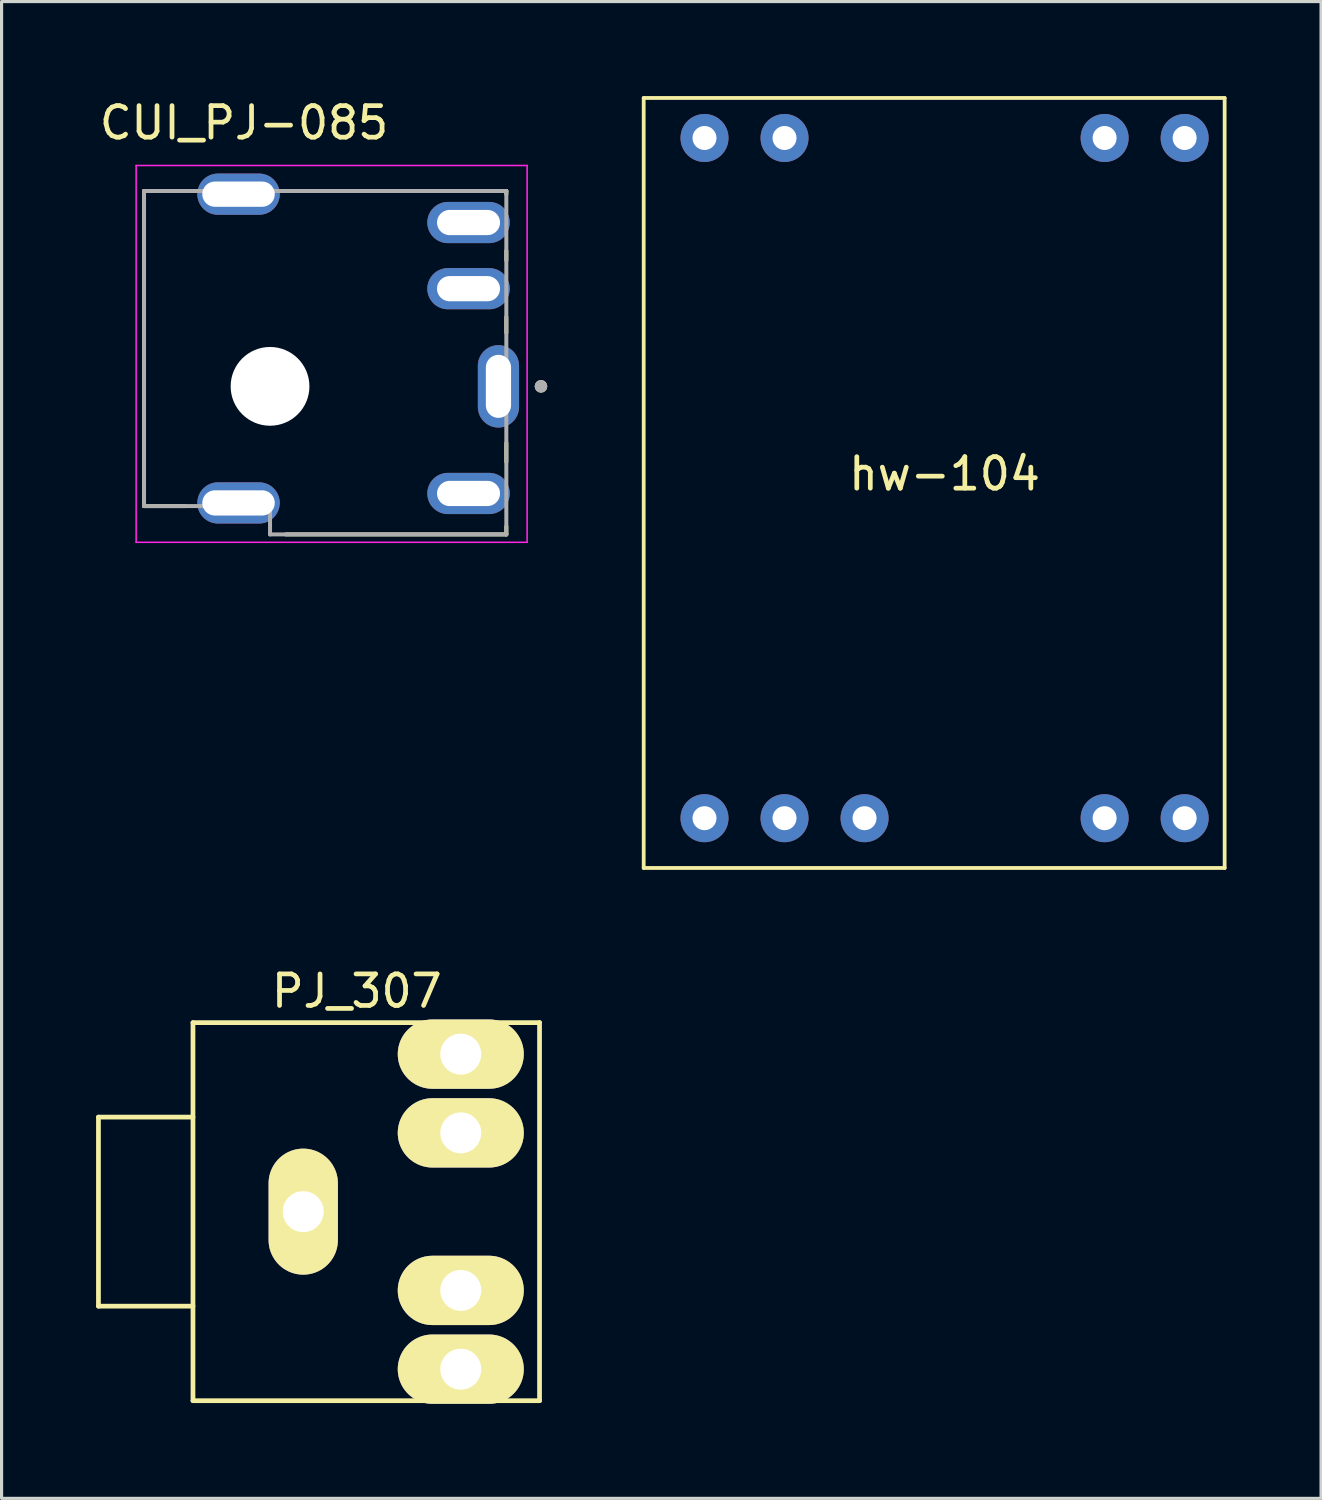
<source format=kicad_pcb>
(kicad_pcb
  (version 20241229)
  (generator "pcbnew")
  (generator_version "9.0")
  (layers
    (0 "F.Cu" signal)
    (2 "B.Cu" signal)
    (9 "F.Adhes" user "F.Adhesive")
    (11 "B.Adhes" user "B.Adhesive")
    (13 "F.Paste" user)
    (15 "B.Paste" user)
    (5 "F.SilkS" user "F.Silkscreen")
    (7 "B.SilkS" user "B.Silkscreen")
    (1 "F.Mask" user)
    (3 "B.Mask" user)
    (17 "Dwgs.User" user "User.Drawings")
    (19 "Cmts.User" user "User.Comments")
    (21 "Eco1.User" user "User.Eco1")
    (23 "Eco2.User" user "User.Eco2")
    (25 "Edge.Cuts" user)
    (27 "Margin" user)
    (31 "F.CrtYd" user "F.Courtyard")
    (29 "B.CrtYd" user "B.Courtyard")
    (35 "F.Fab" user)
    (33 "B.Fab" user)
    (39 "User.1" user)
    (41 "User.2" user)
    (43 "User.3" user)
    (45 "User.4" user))
  (footprint "CUI_PJ-085"
    (layer "F.Cu")
    (at 1.521 9.213)
    (property "Reference" "CUI_PJ-085" (at 3.175 -8.365 0) (layer "F.SilkS") (effects (font (size 1 1) (thickness 0.15))))
    (attr through_hole)
    (fp_line (start 0 -6.2) (end 1.3 -6.2) (stroke (width 0.127) (type solid)) (layer "F.SilkS"))
    (fp_line (start 0 3.8) (end 0 -6.2) (stroke (width 0.127) (type solid)) (layer "F.SilkS"))
    (fp_line (start 1.3 3.8) (end 0 3.8) (stroke (width 0.127) (type solid)) (layer "F.SilkS"))
    (fp_line (start 4.5 4.7) (end 11.5 4.7) (stroke (width 0.127) (type solid)) (layer "F.SilkS"))
    (fp_line (start 4.7 -6.2) (end 11.5 -6.2) (stroke (width 0.127) (type solid)) (layer "F.SilkS"))
    (fp_line (start 11.5 -6.2) (end 11.5 -6.1) (stroke (width 0.127) (type solid)) (layer "F.SilkS"))
    (fp_line (start 11.5 -4.3) (end 11.5 -4) (stroke (width 0.127) (type solid)) (layer "F.SilkS"))
    (fp_line (start 11.5 -2.2) (end 11.5 -1.7) (stroke (width 0.127) (type solid)) (layer "F.SilkS"))
    (fp_line (start 11.5 1.8) (end 11.5 2.4) (stroke (width 0.127) (type solid)) (layer "F.SilkS"))
    (fp_line (start 11.5 4.7) (end 11.5 4.45) (stroke (width 0.127) (type solid)) (layer "F.SilkS"))
    (fp_circle (center 12.6 0) (end 12.7 0) (stroke (width 0.2) (type solid)) (fill no) (layer "F.SilkS"))
    (fp_line (start -0.25 -7.01) (end -0.25 4.95) (stroke (width 0.05) (type solid)) (layer "F.CrtYd"))
    (fp_line (start -0.25 4.95) (end 12.16 4.95) (stroke (width 0.05) (type solid)) (layer "F.CrtYd"))
    (fp_line (start 12.16 -7.01) (end -0.25 -7.01) (stroke (width 0.05) (type solid)) (layer "F.CrtYd"))
    (fp_line (start 12.16 4.95) (end 12.16 -7.01) (stroke (width 0.05) (type solid)) (layer "F.CrtYd"))
    (fp_line (start 0 -6.2) (end 11.5 -6.2) (stroke (width 0.127) (type solid)) (layer "F.Fab"))
    (fp_line (start 0 3.8) (end 0 -6.2) (stroke (width 0.127) (type solid)) (layer "F.Fab"))
    (fp_line (start 4 3.8) (end 0 3.8) (stroke (width 0.127) (type solid)) (layer "F.Fab"))
    (fp_line (start 4 4.7) (end 4 3.8) (stroke (width 0.127) (type solid)) (layer "F.Fab"))
    (fp_line (start 11.5 -6.2) (end 11.5 4.7) (stroke (width 0.127) (type solid)) (layer "F.Fab"))
    (fp_line (start 11.5 4.7) (end 4 4.7) (stroke (width 0.127) (type solid)) (layer "F.Fab"))
    (fp_circle (center 12.6 0) (end 12.7 0) (stroke (width 0.2) (type solid)) (fill no) (layer "F.Fab"))
    (pad "" np_thru_hole circle (at 4 0) (size 2.5 2.5) (drill 2.5) (layers "*.Cu" "*.Mask"))
    (pad "1" thru_hole oval (at 11.25 0) (size 1.308 2.616) (drill oval 0.8 2) (layers "*.Cu" "*.Mask"))
    (pad "2" thru_hole oval (at 10.3 -5.2) (size 2.616 1.308) (drill oval 2 0.8) (layers "*.Cu" "*.Mask"))
    (pad "3" thru_hole oval (at 10.3 -3.1) (size 2.616 1.308) (drill oval 2 0.8) (layers "*.Cu" "*.Mask"))
    (pad "4" thru_hole oval (at 10.3 3.4) (size 2.616 1.308) (drill oval 2 0.8) (layers "*.Cu" "*.Mask"))
    (pad "S1" thru_hole oval (at 3 -6.1) (size 2.616 1.308) (drill oval 2.3 0.8) (layers "*.Cu" "*.Mask"))
    (pad "S2" thru_hole oval (at 3 3.7) (size 2.616 1.308) (drill oval 2.3 0.8) (layers "*.Cu" "*.Mask")))
  (footprint "PJ_307"
    (layer "F.Cu")
    (at 11.575 35.408)
    (property "Reference" "PJ_307" (at -3.3 -7 0) (layer "F.SilkS") (effects (font (size 1 1) (thickness 0.15))))
    (attr through_hole)
    (fp_line (start -11.5 -3) (end -8.5 -3) (stroke (width 0.15) (type solid)) (layer "F.SilkS"))
    (fp_line (start -11.5 3) (end -11.5 -3) (stroke (width 0.15) (type solid)) (layer "F.SilkS"))
    (fp_line (start -8.5 -6) (end 2.5 -6) (stroke (width 0.15) (type solid)) (layer "F.SilkS"))
    (fp_line (start -8.5 3) (end -11.5 3) (stroke (width 0.15) (type solid)) (layer "F.SilkS"))
    (fp_line (start -8.5 6) (end -8.5 -6) (stroke (width 0.15) (type solid)) (layer "F.SilkS"))
    (fp_line (start 2.5 -6) (end 2.5 6) (stroke (width 0.15) (type solid)) (layer "F.SilkS"))
    (fp_line (start 2.5 6) (end -8.5 6) (stroke (width 0.15) (type solid)) (layer "F.SilkS"))
    (pad "1" thru_hole oval (at -5 0) (size 2.2 4) (drill 1.3) (layers "*.Cu" "*.Mask" "F.SilkS"))
    (pad "2" thru_hole oval (at 0 5) (size 4 2.2) (drill 1.3) (layers "*.Cu" "*.Mask" "F.SilkS"))
    (pad "3" thru_hole oval (at 0 -5) (size 4 2.2) (drill 1.3) (layers "*.Cu" "*.Mask" "F.SilkS"))
    (pad "4" thru_hole oval (at 0 2.5) (size 4 2.2) (drill 1.3) (layers "*.Cu" "*.Mask" "F.SilkS"))
    (pad "5" thru_hole oval (at 0 -2.5) (size 4 2.2) (drill 1.3) (layers "*.Cu" "*.Mask" "F.SilkS")))
  (footprint "hw-104"
    (layer "F.Cu")
    (at 26.931 12.76)
    (property "Reference" "hw-104" (at 0 -0.77 0) (layer "F.SilkS") (effects (font (size 1 1) (thickness 0.15))))
    (attr through_hole)
    (fp_line (start -9.55 -12.7) (end -9.55 11.74) (stroke (width 0.12) (type solid)) (layer "F.SilkS"))
    (fp_line (start -9.55 -12.7) (end 8.89 -12.7) (stroke (width 0.12) (type solid)) (layer "F.SilkS"))
    (fp_line (start -9.55 11.74) (end 8.89 11.74) (stroke (width 0.12) (type solid)) (layer "F.SilkS"))
    (fp_line (start 8.89 -12.7) (end 8.89 11.74) (stroke (width 0.12) (type solid)) (layer "F.SilkS"))
    (pad "1" thru_hole circle (at -7.62 10.16) (size 1.524 1.524) (drill 0.762) (layers "*.Cu" "*.Mask"))
    (pad "2" thru_hole circle (at -5.08 10.16) (size 1.524 1.524) (drill 0.762) (layers "*.Cu" "*.Mask"))
    (pad "3" thru_hole circle (at -2.54 10.16) (size 1.524 1.524) (drill 0.762) (layers "*.Cu" "*.Mask"))
    (pad "4" thru_hole circle (at 7.62 10.16) (size 1.524 1.524) (drill 0.762) (layers "*.Cu" "*.Mask"))
    (pad "6" thru_hole circle (at 5.08 10.16) (size 1.524 1.524) (drill 0.762) (layers "*.Cu" "*.Mask"))
    (pad "7" thru_hole circle (at 7.62 -11.43) (size 1.524 1.524) (drill 0.762) (layers "*.Cu" "*.Mask"))
    (pad "8" thru_hole circle (at 5.08 -11.43) (size 1.524 1.524) (drill 0.762) (layers "*.Cu" "*.Mask"))
    (pad "9" thru_hole circle (at -7.62 -11.43) (size 1.524 1.524) (drill 0.762) (layers "*.Cu" "*.Mask"))
    (pad "10" thru_hole circle (at -5.08 -11.43) (size 1.524 1.524) (drill 0.762) (layers "*.Cu" "*.Mask")))
  (gr_rect
    (start -3 -3)
    (end 38.881 44.508)
    (stroke (width 0.1) (type default))
    (fill no)
    (layer "Edge.Cuts")))
</source>
